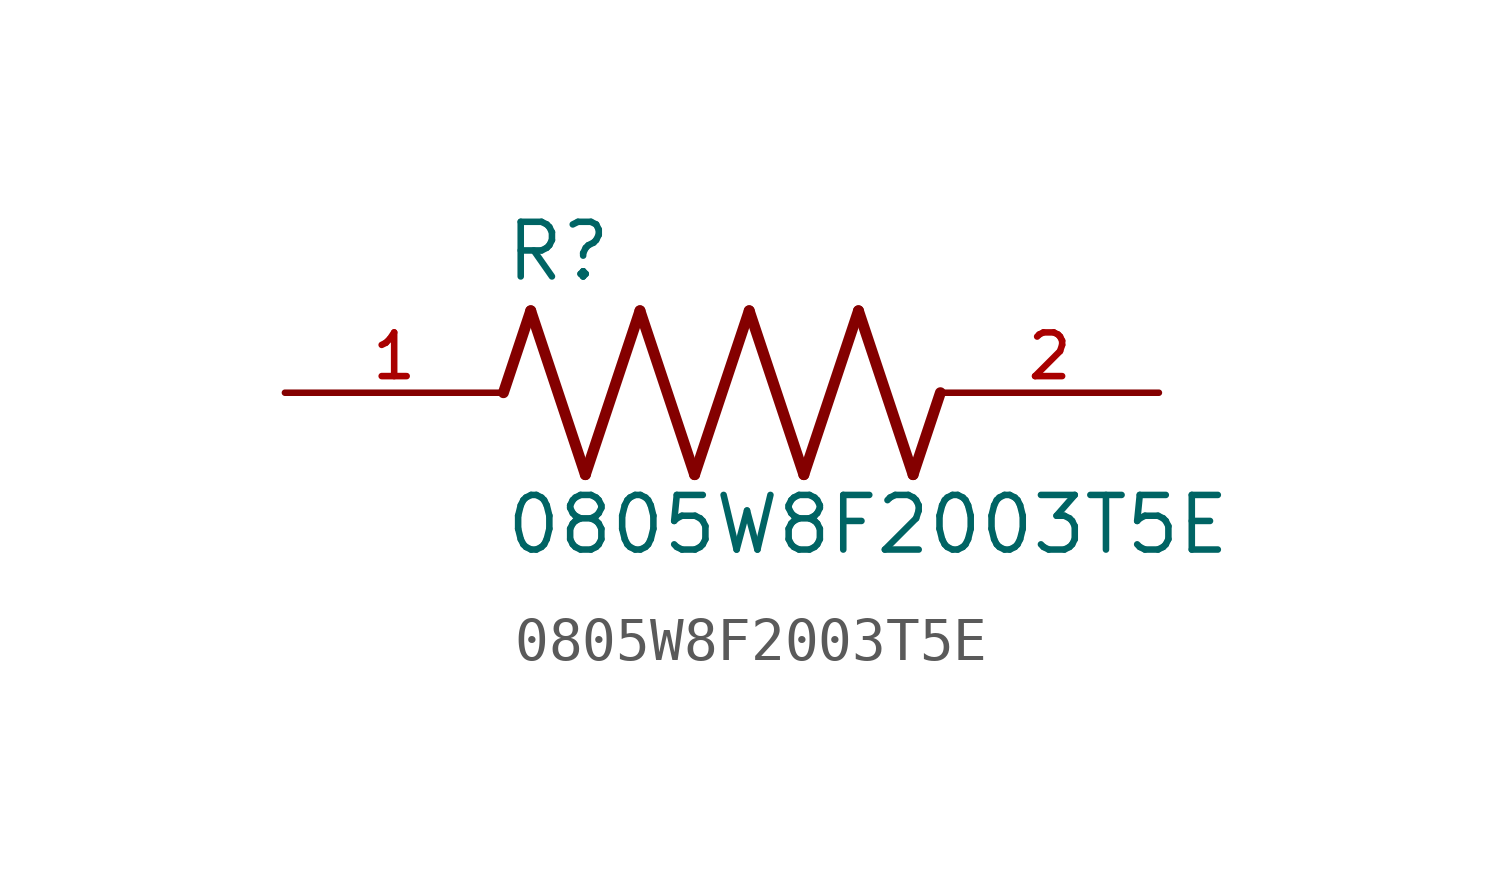
<source format=kicad_sym>
(kicad_symbol_lib
  (version 20211014)
  (generator kicad_symbol_editor)
  (symbol "0805W8F2003T5E"
    (pin_names
      (offset 1.016))
    (property "Reference" "R"
      (at -5.08 2.54 0)
      (effects (font (size 1.27 1.27)) (justify bottom left)))
    (property "Value" "0805W8F2003T5E"
      (at -5.08 -3.81 0)
      (effects (font (size 1.27 1.27)) (justify bottom left)))
    (symbol "0805W8F2003T5E_0_0"
      (polyline (pts (xy -5.08 0.0) (xy -4.445 1.905)) (stroke (width 0.254)))
      (polyline (pts (xy -4.445 1.905) (xy -3.175 -1.905)) (stroke (width 0.254)))
      (polyline (pts (xy -3.175 -1.905) (xy -1.905 1.905)) (stroke (width 0.254)))
      (polyline (pts (xy -1.905 1.905) (xy -0.635 -1.905)) (stroke (width 0.254)))
      (polyline (pts (xy -0.635 -1.905) (xy 0.635 1.905)) (stroke (width 0.254)))
      (polyline (pts (xy 0.635 1.905) (xy 1.905 -1.905)) (stroke (width 0.254)))
      (polyline (pts (xy 1.905 -1.905) (xy 3.175 1.905)) (stroke (width 0.254)))
      (polyline (pts (xy 3.175 1.905) (xy 4.445 -1.905)) (stroke (width 0.254)))
      (polyline (pts (xy 4.445 -1.905) (xy 5.08 0.0)) (stroke (width 0.254)))
      (pin passive line (at -10.16 0.0 0) (length 5.08) (name "~" (effects (font (size 1.016 1.016)))) (number "1" (effects (font (size 1.016 1.016)))))
      (pin passive line (at 10.16 0.0 180.0) (length 5.08) (name "~" (effects (font (size 1.016 1.016)))) (number "2" (effects (font (size 1.016 1.016))))))))
</source>
